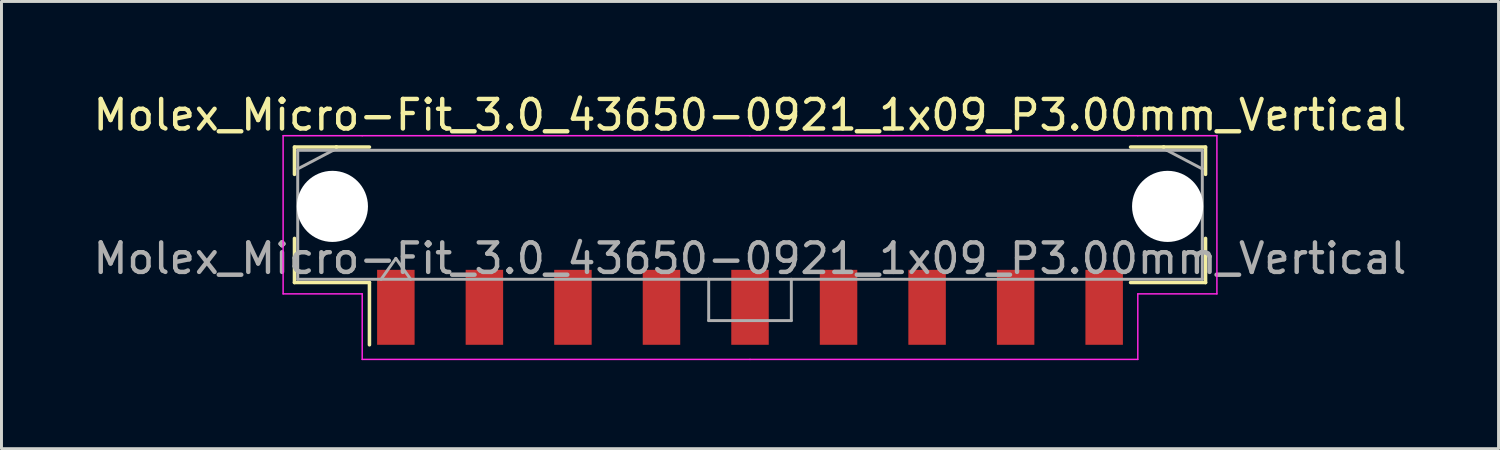
<source format=kicad_pcb>
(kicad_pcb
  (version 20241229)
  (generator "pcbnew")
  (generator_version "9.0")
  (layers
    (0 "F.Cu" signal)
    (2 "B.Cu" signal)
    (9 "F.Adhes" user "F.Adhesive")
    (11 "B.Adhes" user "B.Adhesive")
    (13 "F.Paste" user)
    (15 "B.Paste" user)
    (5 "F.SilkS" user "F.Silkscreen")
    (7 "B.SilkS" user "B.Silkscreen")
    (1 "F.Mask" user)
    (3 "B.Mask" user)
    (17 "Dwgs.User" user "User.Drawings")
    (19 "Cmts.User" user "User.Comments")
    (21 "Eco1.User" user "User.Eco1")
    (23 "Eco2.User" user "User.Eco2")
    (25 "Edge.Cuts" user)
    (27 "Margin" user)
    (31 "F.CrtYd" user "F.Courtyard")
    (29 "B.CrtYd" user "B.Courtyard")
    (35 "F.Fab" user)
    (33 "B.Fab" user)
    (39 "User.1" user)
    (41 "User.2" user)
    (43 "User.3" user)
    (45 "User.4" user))
  (footprint "Molex_Micro-Fit_3.0_43650-0921_1x09_P3.00mm_Vertical"
    (layer "F.Cu")
    (at 22.363 4.228)
    (property "Reference" "Molex_Micro-Fit_3.0_43650-0921_1x09_P3.00mm_Vertical" (at 0 -3.38 0) (layer "F.SilkS") (effects (font (size 1 1) (thickness 0.15))))
    (attr smd)
    (fp_line (start -15.435 -2.295) (end -14.015 -2.295) (stroke (width 0.12) (type solid)) (layer "F.SilkS"))
    (fp_line (start -15.435 -1.37) (end -15.435 -2.295) (stroke (width 0.12) (type solid)) (layer "F.SilkS"))
    (fp_line (start -15.435 0.8) (end -15.435 2.295) (stroke (width 0.12) (type solid)) (layer "F.SilkS"))
    (fp_line (start -15.435 2.295) (end -12.895 2.295) (stroke (width 0.12) (type solid)) (layer "F.SilkS"))
    (fp_line (start -14.015 -2.295) (end -14.015 -2.295) (stroke (width 0.12) (type solid)) (layer "F.SilkS"))
    (fp_line (start -14.015 -2.295) (end -12.895 -2.295) (stroke (width 0.12) (type solid)) (layer "F.SilkS"))
    (fp_line (start -12.895 2.295) (end -12.895 4.405) (stroke (width 0.12) (type solid)) (layer "F.SilkS"))
    (fp_line (start 14.015 -2.295) (end 12.895 -2.295) (stroke (width 0.12) (type solid)) (layer "F.SilkS"))
    (fp_line (start 14.015 -2.295) (end 14.015 -2.295) (stroke (width 0.12) (type solid)) (layer "F.SilkS"))
    (fp_line (start 15.435 -2.295) (end 14.015 -2.295) (stroke (width 0.12) (type solid)) (layer "F.SilkS"))
    (fp_line (start 15.435 -1.37) (end 15.435 -2.295) (stroke (width 0.12) (type solid)) (layer "F.SilkS"))
    (fp_line (start 15.435 0.8) (end 15.435 2.295) (stroke (width 0.12) (type solid)) (layer "F.SilkS"))
    (fp_line (start 15.435 2.295) (end 12.895 2.295) (stroke (width 0.12) (type solid)) (layer "F.SilkS"))
    (fp_line (start -15.82 -2.68) (end -15.82 2.68) (stroke (width 0.05) (type solid)) (layer "F.CrtYd"))
    (fp_line (start -15.82 2.68) (end -13.14 2.68) (stroke (width 0.05) (type solid)) (layer "F.CrtYd"))
    (fp_line (start -13.14 -2.68) (end -15.82 -2.68) (stroke (width 0.05) (type solid)) (layer "F.CrtYd"))
    (fp_line (start -13.14 2.68) (end -13.14 4.9) (stroke (width 0.05) (type solid)) (layer "F.CrtYd"))
    (fp_line (start -13.14 4.9) (end 0 4.9) (stroke (width 0.05) (type solid)) (layer "F.CrtYd"))
    (fp_line (start 0 -2.68) (end -13.14 -2.68) (stroke (width 0.05) (type solid)) (layer "F.CrtYd"))
    (fp_line (start 0 -2.68) (end 13.14 -2.68) (stroke (width 0.05) (type solid)) (layer "F.CrtYd"))
    (fp_line (start 13.14 -2.68) (end 15.82 -2.68) (stroke (width 0.05) (type solid)) (layer "F.CrtYd"))
    (fp_line (start 13.14 2.68) (end 13.14 4.9) (stroke (width 0.05) (type solid)) (layer "F.CrtYd"))
    (fp_line (start 13.14 4.9) (end 0 4.9) (stroke (width 0.05) (type solid)) (layer "F.CrtYd"))
    (fp_line (start 15.82 -2.68) (end 15.82 2.68) (stroke (width 0.05) (type solid)) (layer "F.CrtYd"))
    (fp_line (start 15.82 2.68) (end 13.14 2.68) (stroke (width 0.05) (type solid)) (layer "F.CrtYd"))
    (fp_line (start -15.325 -2.185) (end -15.325 2.185) (stroke (width 0.1) (type solid)) (layer "F.Fab"))
    (fp_line (start -15.325 -1.555) (end -14.125 -2.185) (stroke (width 0.1) (type solid)) (layer "F.Fab"))
    (fp_line (start -15.325 2.185) (end 15.325 2.185) (stroke (width 0.1) (type solid)) (layer "F.Fab"))
    (fp_line (start -14.125 -2.185) (end -15.325 -2.185) (stroke (width 0.1) (type solid)) (layer "F.Fab"))
    (fp_line (start -14.125 -2.185) (end -14.125 -2.185) (stroke (width 0.1) (type solid)) (layer "F.Fab"))
    (fp_line (start -12.5 2.185) (end -12 1.478) (stroke (width 0.1) (type solid)) (layer "F.Fab"))
    (fp_line (start -12 1.478) (end -11.5 2.185) (stroke (width 0.1) (type solid)) (layer "F.Fab"))
    (fp_line (start -1.4 2.185) (end -1.4 3.585) (stroke (width 0.1) (type solid)) (layer "F.Fab"))
    (fp_line (start -1.4 3.585) (end 1.4 3.585) (stroke (width 0.1) (type solid)) (layer "F.Fab"))
    (fp_line (start 1.4 3.585) (end 1.4 2.185) (stroke (width 0.1) (type solid)) (layer "F.Fab"))
    (fp_line (start 14.125 -2.185) (end -14.125 -2.185) (stroke (width 0.1) (type solid)) (layer "F.Fab"))
    (fp_line (start 14.125 -2.185) (end 14.125 -2.185) (stroke (width 0.1) (type solid)) (layer "F.Fab"))
    (fp_line (start 15.325 -2.185) (end 14.125 -2.185) (stroke (width 0.1) (type solid)) (layer "F.Fab"))
    (fp_line (start 15.325 -1.555) (end 14.125 -2.185) (stroke (width 0.1) (type solid)) (layer "F.Fab"))
    (fp_line (start 15.325 2.185) (end 15.325 -2.185) (stroke (width 0.1) (type solid)) (layer "F.Fab"))
    (fp_text user "${REFERENCE}" (at 0 1.48 0) (layer "F.Fab") (effects (font (size 1 1) (thickness 0.15))))
    (pad "" np_thru_hole circle (at -14.15 -0.285) (size 2.41 2.41) (drill 2.41) (layers "*.Cu" "*.Mask"))
    (pad "" np_thru_hole circle (at 14.15 -0.285) (size 2.41 2.41) (drill 2.41) (layers "*.Cu" "*.Mask"))
    (pad "1" smd rect (at -12 3.135) (size 1.27 2.54) (layers "F.Cu" "F.Mask" "F.Paste"))
    (pad "2" smd rect (at -9 3.135) (size 1.27 2.54) (layers "F.Cu" "F.Mask" "F.Paste"))
    (pad "3" smd rect (at -6 3.135) (size 1.27 2.54) (layers "F.Cu" "F.Mask" "F.Paste"))
    (pad "4" smd rect (at -3 3.135) (size 1.27 2.54) (layers "F.Cu" "F.Mask" "F.Paste"))
    (pad "5" smd rect (at 0 3.135) (size 1.27 2.54) (layers "F.Cu" "F.Mask" "F.Paste"))
    (pad "6" smd rect (at 3 3.135) (size 1.27 2.54) (layers "F.Cu" "F.Mask" "F.Paste"))
    (pad "7" smd rect (at 6 3.135) (size 1.27 2.54) (layers "F.Cu" "F.Mask" "F.Paste"))
    (pad "8" smd rect (at 9 3.135) (size 1.27 2.54) (layers "F.Cu" "F.Mask" "F.Paste"))
    (pad "9" smd rect (at 12 3.135) (size 1.27 2.54) (layers "F.Cu" "F.Mask" "F.Paste")))
  (gr_rect
    (start -3 -3)
    (end 47.726 12.153)
    (stroke (width 0.1) (type default))
    (fill no)
    (layer "Edge.Cuts")))
</source>
